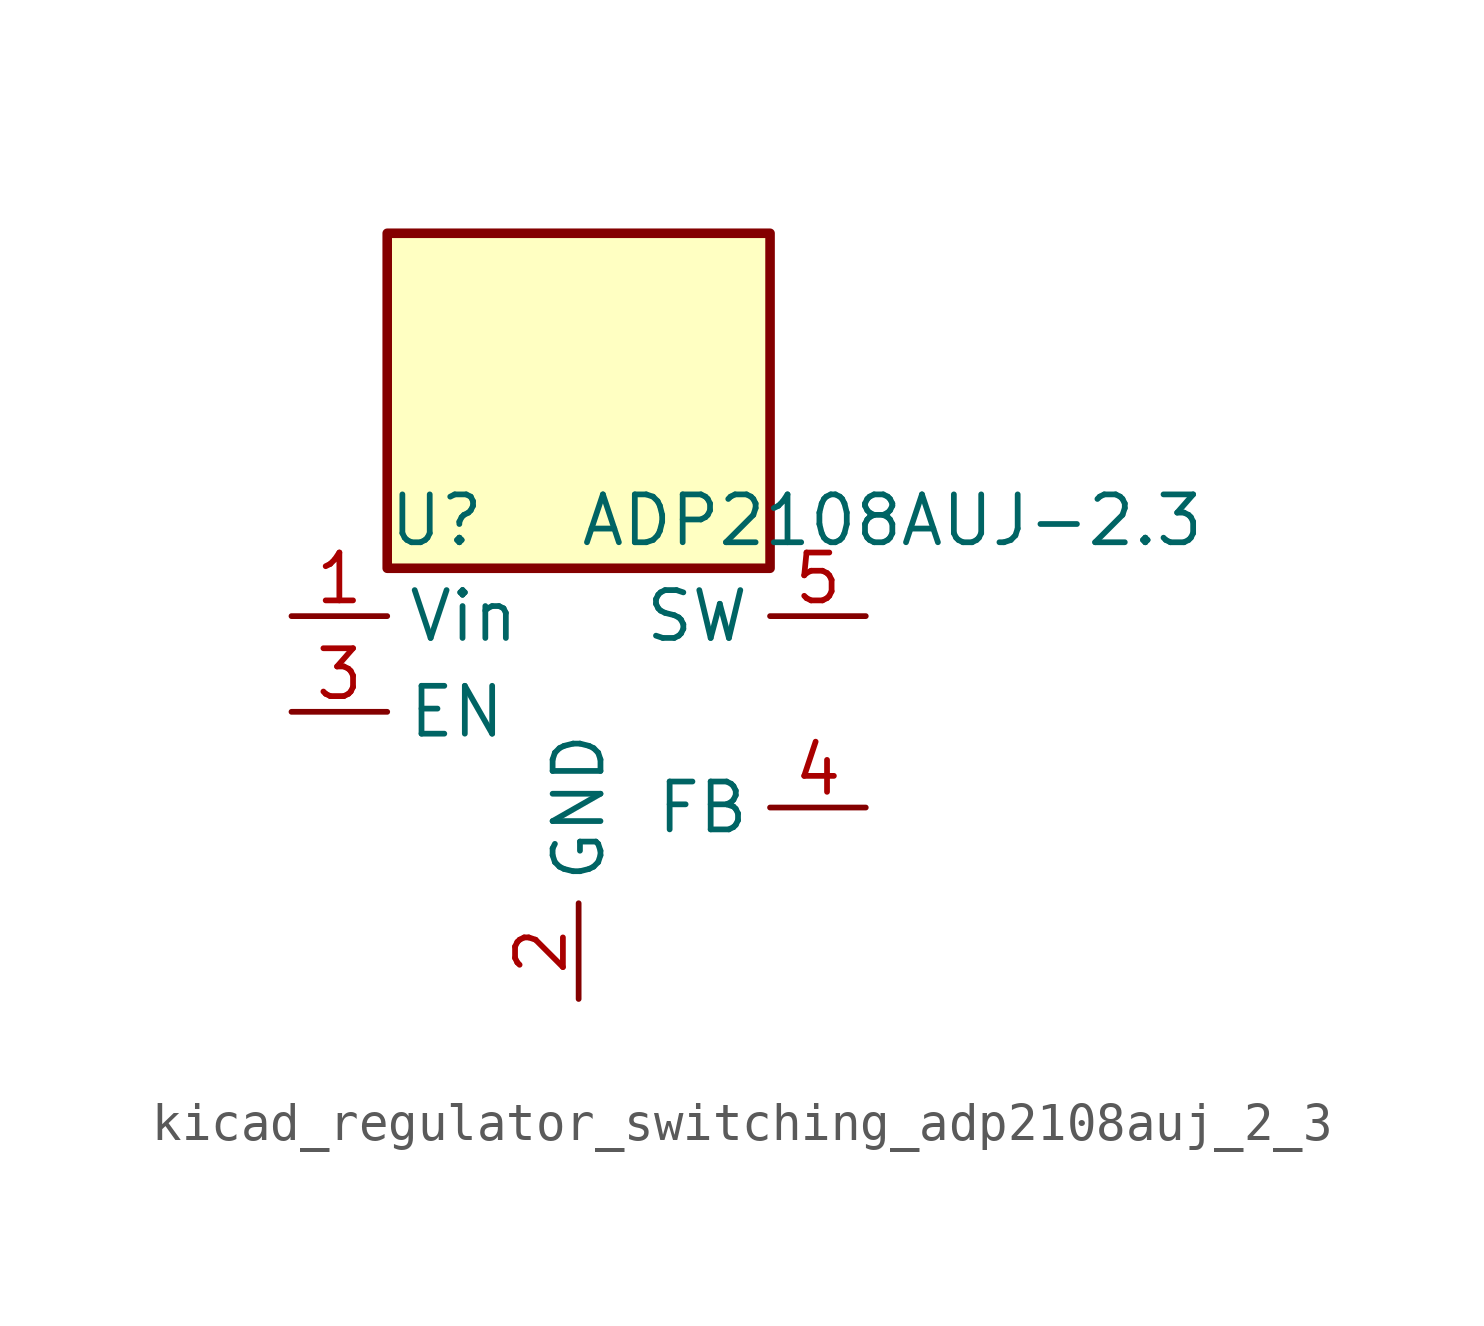
<source format=kicad_sym>
(kicad_symbol_lib
  (version 20220914)
  (generator kicad_symbol_editor)
  (symbol "kicad_regulator_switching_adp2108auj_2_3"
    (property "Reference" "U"
      (at -5.08 5.08 0)
      (effects (font (size 1.27 1.27)) (justify left)))
    (property "Value" "ADP2108AUJ-2.3"
      (at 0 5.08 0)
      (effects (font (size 1.27 1.27)) (justify left)))
    (symbol "kicad_regulator_switching_adp2108auj_2_3_0_1"
      (rectangle (start 5.08 12.7) (end -5.08 3.81) (stroke (width 0.254) (type default)) (fill (type background))))
    (symbol "kicad_regulator_switching_adp2108auj_2_3_1_1"
      (pin power_in line (at -7.62 2.54 0) (length 2.54) (name "Vin" (effects (font (size 1.27 1.27)))) (number "1" (effects (font (size 1.27 1.27)))))
      (pin power_in line (at 0 -7.62 90) (length 2.54) (name "GND" (effects (font (size 1.27 1.27)))) (number "2" (effects (font (size 1.27 1.27)))))
      (pin input line (at -7.62 0 0) (length 2.54) (name "EN" (effects (font (size 1.27 1.27)))) (number "3" (effects (font (size 1.27 1.27)))))
      (pin input line (at 7.62 -2.54 180) (length 2.54) (name "FB" (effects (font (size 1.27 1.27)))) (number "4" (effects (font (size 1.27 1.27)))))
      (pin input line (at 7.62 2.54 180) (length 2.54) (name "SW" (effects (font (size 1.27 1.27)))) (number "5" (effects (font (size 1.27 1.27))))))))
</source>
